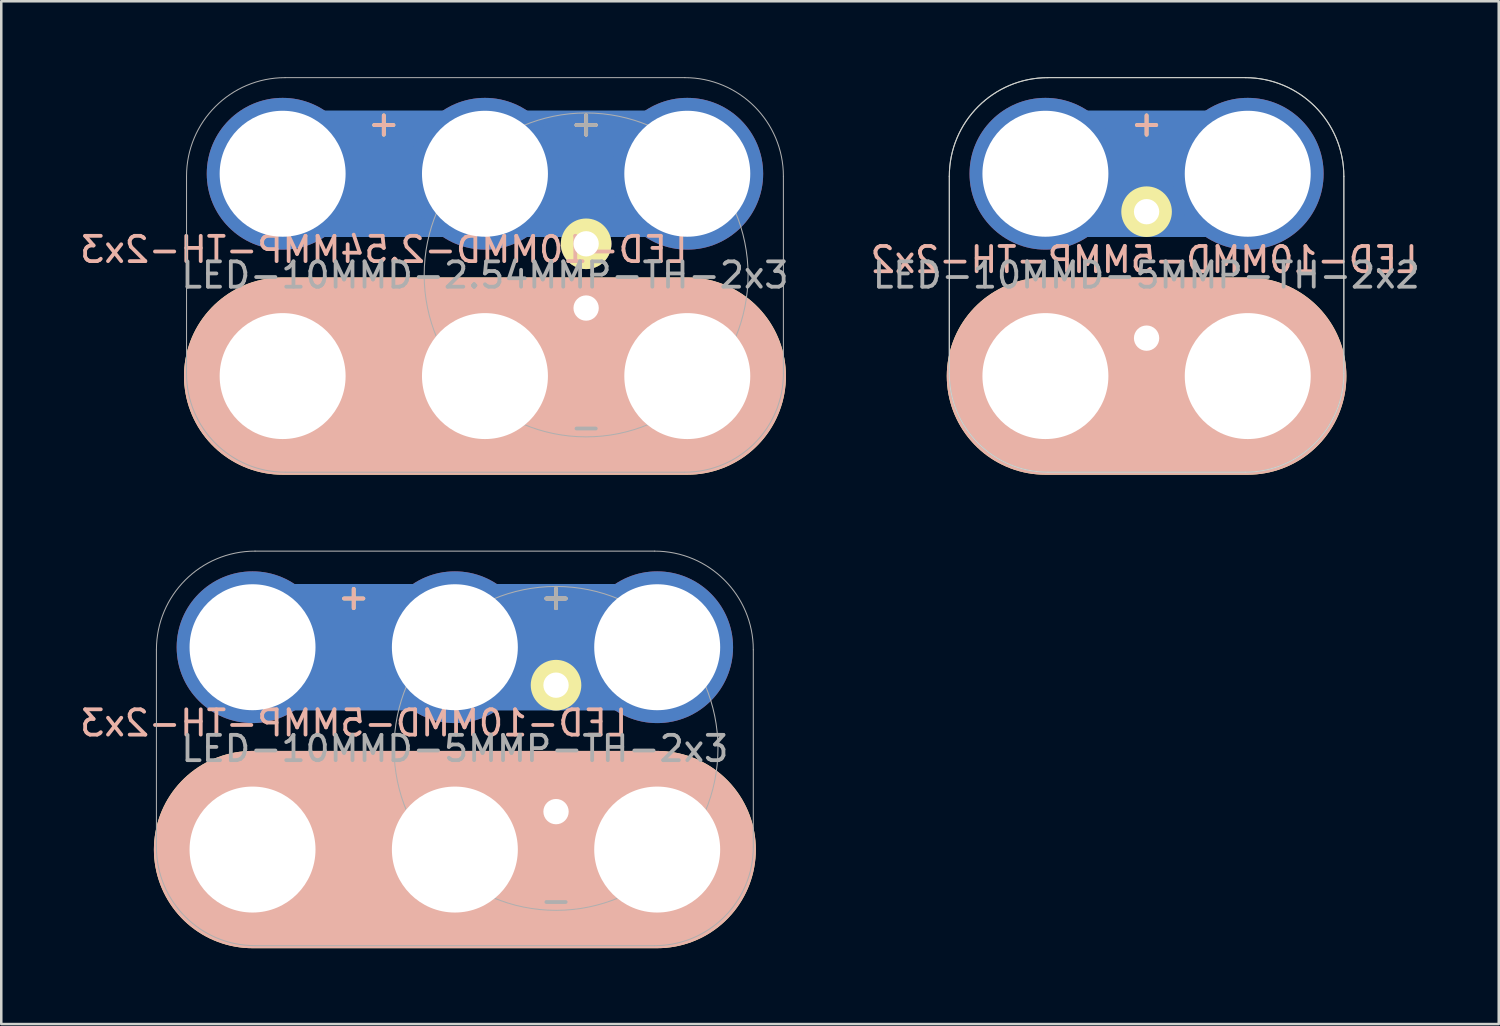
<source format=kicad_pcb>
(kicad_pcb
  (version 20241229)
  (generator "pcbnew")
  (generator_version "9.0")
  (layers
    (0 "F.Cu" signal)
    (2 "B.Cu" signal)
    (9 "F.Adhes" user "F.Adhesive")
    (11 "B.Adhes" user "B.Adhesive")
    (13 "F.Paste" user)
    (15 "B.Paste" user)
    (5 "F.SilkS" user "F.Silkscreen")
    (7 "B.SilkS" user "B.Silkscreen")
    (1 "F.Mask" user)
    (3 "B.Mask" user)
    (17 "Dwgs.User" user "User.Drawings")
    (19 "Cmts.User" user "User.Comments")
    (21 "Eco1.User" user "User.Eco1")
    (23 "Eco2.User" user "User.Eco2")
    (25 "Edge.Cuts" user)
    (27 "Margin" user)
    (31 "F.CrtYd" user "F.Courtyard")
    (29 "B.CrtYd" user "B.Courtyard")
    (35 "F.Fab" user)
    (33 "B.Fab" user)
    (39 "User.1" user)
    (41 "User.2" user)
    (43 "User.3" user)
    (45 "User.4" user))
  (footprint "LED-10MMD-2.54MMP-TH-2x3"
    (layer "F.Cu")
    (at 16.125 11.82)
    (property "Reference" "LED-10MMD-2.54MMP-TH-2x3" (at -4 -5 180) (layer "B.SilkS") (effects (font (size 1 1) (thickness 0.15)) (justify mirror)))
    (attr through_hole)
    (fp_line (start 8 -8) (end -8 -8) (stroke (width 5) (type solid)) (layer "B.Cu"))
    (fp_line (start 8 0) (end -8 0) (stroke (width 5) (type solid)) (layer "B.Cu"))
    (fp_line (start 8 -8) (end -8 -8) (stroke (width 5) (type solid)) (layer "B.Mask"))
    (fp_line (start 8 0) (end -8 0) (stroke (width 5) (type solid)) (layer "B.Mask"))
    (fp_line (start -8 0) (end 8 0) (stroke (width 7.8) (type solid)) (layer "F.SilkS"))
    (fp_line (start -8 0) (end 8 0) (stroke (width 7.8) (type solid)) (layer "B.SilkS"))
    (fp_line (start -11.8 -0.1) (end -11.8 -7.9) (stroke (width 0.041) (type solid)) (layer "F.Fab"))
    (fp_line (start 7.9 -11.8) (end -7.9 -11.8) (stroke (width 0.041) (type solid)) (layer "F.Fab"))
    (fp_line (start 7.9 3.8) (end -7.9 3.8) (stroke (width 0.041) (type solid)) (layer "F.Fab"))
    (fp_line (start 11.8 -0.1) (end 11.8 -7.9) (stroke (width 0.041) (type solid)) (layer "F.Fab"))
    (fp_arc (start -11.8 -7.9) (mid -10.657716 -10.657716) (end -7.9 -11.8) (stroke (width 0.04064) (type solid)) (layer "F.Fab"))
    (fp_arc (start -7.9 3.8) (mid -10.657716 2.657716) (end -11.8 -0.1) (stroke (width 0.04064) (type solid)) (layer "F.Fab"))
    (fp_arc (start 7.9 -11.8) (mid 10.657716 -10.657716) (end 11.8 -7.9) (stroke (width 0.04064) (type solid)) (layer "F.Fab"))
    (fp_arc (start 11.8 -0.1) (mid 10.657716 2.657716) (end 7.9 3.8) (stroke (width 0.04064) (type solid)) (layer "F.Fab"))
    (fp_circle (center 4 -4) (end 8 1) (stroke (width 0.041) (type solid)) (fill no) (layer "F.Fab"))
    (fp_text user "-" (at 4 3 0) (layer "F.SilkS") (effects (font (size 1 1) (thickness 0.15))))
    (fp_text user "+" (at -4 -10 0) (layer "F.SilkS") (effects (font (size 1 1) (thickness 0.15))))
    (fp_text user "+" (at 4 -10 0) (layer "F.SilkS") (effects (font (size 1 1) (thickness 0.15))))
    (fp_text user "+" (at -4 -10 0) (layer "B.SilkS") (effects (font (size 1 1) (thickness 0.15)) (justify mirror)))
    (fp_text user "+" (at 4 -10 0) (layer "B.SilkS") (effects (font (size 1 1) (thickness 0.15)) (justify mirror)))
    (fp_text user "${REFERENCE}" (at 0 -3.99 0) (layer "F.Fab") (effects (font (size 1 1) (thickness 0.15))))
    (fp_text user "+" (at 4 -10 0) (layer "F.Fab") (effects (font (size 1 1) (thickness 0.15))))
    (fp_text user "-" (at 4 2 0) (layer "F.Fab") (effects (font (size 1 1) (thickness 0.15))))
    (pad "+" thru_hole circle (at -8 -8) (size 6 6) (drill 4.98) (layers "*.Cu" "*.Mask"))
    (pad "+" thru_hole circle (at 0 -8) (size 6 6) (drill 4.98) (layers "*.Cu" "*.Mask"))
    (pad "+" thru_hole circle (at 4 -5.23) (size 2 2) (drill 1.001) (layers "*.Cu" "*.Mask" "F.SilkS"))
    (pad "+" thru_hole circle (at 8 -8) (size 6 6) (drill 4.98) (layers "*.Cu" "*.Mask"))
    (pad "-" thru_hole circle (at -8 0) (size 6 6) (drill 4.98) (layers "*.Cu" "*.Mask"))
    (pad "-" thru_hole circle (at 0 0) (size 6 6) (drill 4.98) (layers "*.Cu" "*.Mask"))
    (pad "-" thru_hole circle (at 4 -2.69 270) (size 1.9 1.9) (drill 1.001) (layers "*.Cu" "*.Mask" "F.SilkS"))
    (pad "-" thru_hole circle (at 8 0) (size 6 6) (drill 4.98) (layers "*.Cu" "*.Mask")))
  (footprint "LED-10MMD-5MMP-TH-2x3"
    (layer "F.Cu")
    (at 14.935 30.541)
    (property "Reference" "LED-10MMD-5MMP-TH-2x3" (at -4 -5 180) (layer "B.SilkS") (effects (font (size 1 1) (thickness 0.15)) (justify mirror)))
    (attr through_hole)
    (fp_line (start 8 -8) (end -8 -8) (stroke (width 5) (type solid)) (layer "B.Cu"))
    (fp_line (start 8 0) (end -8 0) (stroke (width 5) (type solid)) (layer "B.Cu"))
    (fp_line (start 8 -8) (end -8 -8) (stroke (width 5) (type solid)) (layer "B.Mask"))
    (fp_line (start 8 0) (end -8 0) (stroke (width 5) (type solid)) (layer "B.Mask"))
    (fp_line (start -8 0) (end 8 0) (stroke (width 7.8) (type solid)) (layer "F.SilkS"))
    (fp_line (start -8 0) (end 8 0) (stroke (width 7.8) (type solid)) (layer "B.SilkS"))
    (fp_line (start -11.8 -0.1) (end -11.8 -7.9) (stroke (width 0.041) (type solid)) (layer "F.Fab"))
    (fp_line (start 7.9 -11.8) (end -7.9 -11.8) (stroke (width 0.041) (type solid)) (layer "F.Fab"))
    (fp_line (start 7.9 3.8) (end -7.9 3.8) (stroke (width 0.041) (type solid)) (layer "F.Fab"))
    (fp_line (start 11.8 -0.1) (end 11.8 -7.9) (stroke (width 0.041) (type solid)) (layer "F.Fab"))
    (fp_arc (start -11.8 -7.9) (mid -10.657716 -10.657716) (end -7.9 -11.8) (stroke (width 0.04064) (type solid)) (layer "F.Fab"))
    (fp_arc (start -7.9 3.8) (mid -10.657716 2.657716) (end -11.8 -0.1) (stroke (width 0.04064) (type solid)) (layer "F.Fab"))
    (fp_arc (start 7.9 -11.8) (mid 10.657716 -10.657716) (end 11.8 -7.9) (stroke (width 0.04064) (type solid)) (layer "F.Fab"))
    (fp_arc (start 11.8 -0.1) (mid 10.657716 2.657716) (end 7.9 3.8) (stroke (width 0.04064) (type solid)) (layer "F.Fab"))
    (fp_circle (center 4 -4) (end 8 1) (stroke (width 0.041) (type solid)) (fill no) (layer "F.Fab"))
    (fp_text user "-" (at 4 3 0) (layer "F.SilkS") (effects (font (size 1 1) (thickness 0.15))))
    (fp_text user "+" (at 4 -10 0) (layer "F.SilkS") (effects (font (size 1 1) (thickness 0.15))))
    (fp_text user "+" (at -4 -10 0) (layer "F.SilkS") (effects (font (size 1 1) (thickness 0.15))))
    (fp_text user "+" (at -4 -10 0) (layer "B.SilkS") (effects (font (size 1 1) (thickness 0.15)) (justify mirror)))
    (fp_text user "+" (at 4 -10 0) (layer "B.SilkS") (effects (font (size 1 1) (thickness 0.15)) (justify mirror)))
    (fp_text user "+" (at 4 -10 0) (layer "F.Fab") (effects (font (size 1 1) (thickness 0.15))))
    (fp_text user "${REFERENCE}" (at 0 -3.99 0) (layer "F.Fab") (effects (font (size 1 1) (thickness 0.15))))
    (fp_text user "-" (at 4 2 0) (layer "F.Fab") (effects (font (size 1 1) (thickness 0.15))))
    (pad "+" thru_hole circle (at -8 -8) (size 6 6) (drill 4.98) (layers "*.Cu" "*.Mask"))
    (pad "+" thru_hole circle (at 0 -8) (size 6 6) (drill 4.98) (layers "*.Cu" "*.Mask"))
    (pad "+" thru_hole circle (at 4 -6.5) (size 2 2) (drill 1.001) (layers "*.Cu" "*.Mask" "F.SilkS"))
    (pad "+" thru_hole circle (at 8 -8) (size 6 6) (drill 4.98) (layers "*.Cu" "*.Mask"))
    (pad "-" thru_hole circle (at -8 0) (size 6 6) (drill 4.98) (layers "*.Cu" "*.Mask"))
    (pad "-" thru_hole circle (at 0 0) (size 6 6) (drill 4.98) (layers "*.Cu" "*.Mask"))
    (pad "-" thru_hole circle (at 4 -1.5 270) (size 1.9 1.9) (drill 1.001) (layers "*.Cu" "*.Mask" "F.SilkS"))
    (pad "-" thru_hole circle (at 8 0) (size 6 6) (drill 4.98) (layers "*.Cu" "*.Mask")))
  (footprint "LED-10MMD-5MMP-TH-2x2"
    (layer "F.Cu")
    (at 38.285 11.82)
    (property "Reference" "LED-10MMD-5MMP-TH-2x2" (at 3.9 -4.6 0) (layer "B.SilkS") (effects (font (size 1 1) (thickness 0.15)) (justify mirror)))
    (attr through_hole)
    (fp_line (start 8 -8) (end 0 -8) (stroke (width 5) (type solid)) (layer "B.Cu"))
    (fp_line (start 8 0) (end 0 0) (stroke (width 5) (type solid)) (layer "B.Cu"))
    (fp_line (start 8 -8) (end 0 -8) (stroke (width 5) (type solid)) (layer "B.Mask"))
    (fp_line (start 8 0) (end 0 0) (stroke (width 5) (type solid)) (layer "B.Mask"))
    (fp_line (start 0 0) (end 8 0) (stroke (width 7.8) (type solid)) (layer "F.SilkS"))
    (fp_line (start 0 0) (end 8 0) (stroke (width 7.8) (type solid)) (layer "B.SilkS"))
    (fp_line (start -3.8 -0.1) (end -3.8 -7.9) (stroke (width 0.041) (type solid)) (layer "Edge.Cuts"))
    (fp_line (start 7.9 -11.8) (end 0.1 -11.8) (stroke (width 0.041) (type solid)) (layer "Edge.Cuts"))
    (fp_line (start 7.9 3.8) (end 0.1 3.8) (stroke (width 0.041) (type solid)) (layer "Edge.Cuts"))
    (fp_line (start 11.8 -0.1) (end 11.8 -7.9) (stroke (width 0.041) (type solid)) (layer "Edge.Cuts"))
    (fp_arc (start -3.8 -7.9) (mid -2.657716 -10.657716) (end 0.1 -11.8) (stroke (width 0.04064) (type solid)) (layer "Edge.Cuts"))
    (fp_arc (start 0.1 3.8) (mid -2.657716 2.657716) (end -3.8 -0.1) (stroke (width 0.04064) (type solid)) (layer "Edge.Cuts"))
    (fp_arc (start 7.9 -11.8) (mid 10.657716 -10.657716) (end 11.8 -7.9) (stroke (width 0.04064) (type solid)) (layer "Edge.Cuts"))
    (fp_arc (start 11.8 -0.1) (mid 10.657716 2.657716) (end 7.9 3.8) (stroke (width 0.04064) (type solid)) (layer "Edge.Cuts"))
    (fp_line (start -3.8 -0.1) (end -3.8 -7.9) (stroke (width 0.041) (type solid)) (layer "F.Fab"))
    (fp_line (start 7.9 -11.8) (end 0.1 -11.8) (stroke (width 0.041) (type solid)) (layer "F.Fab"))
    (fp_line (start 7.9 3.8) (end 0.1 3.8) (stroke (width 0.041) (type solid)) (layer "F.Fab"))
    (fp_line (start 11.8 -0.1) (end 11.8 -7.9) (stroke (width 0.041) (type solid)) (layer "F.Fab"))
    (fp_arc (start -3.8 -7.9) (mid -2.657716 -10.657716) (end 0.1 -11.8) (stroke (width 0.04064) (type solid)) (layer "F.Fab"))
    (fp_arc (start 0.1 3.8) (mid -2.657716 2.657716) (end -3.8 -0.1) (stroke (width 0.04064) (type solid)) (layer "F.Fab"))
    (fp_arc (start 7.9 -11.8) (mid 10.657716 -10.657716) (end 11.8 -7.9) (stroke (width 0.04064) (type solid)) (layer "F.Fab"))
    (fp_arc (start 11.8 -0.1) (mid 10.657716 2.657716) (end 7.9 3.8) (stroke (width 0.04064) (type solid)) (layer "F.Fab"))
    (fp_text user "+" (at 4 -10 0) (layer "F.SilkS") (effects (font (size 1 1) (thickness 0.15))))
    (fp_text user "-" (at 4 3 0) (layer "F.SilkS") (effects (font (size 1 1) (thickness 0.15))))
    (fp_text user "+" (at 4 -10 0) (layer "B.SilkS") (effects (font (size 1 1) (thickness 0.15)) (justify mirror)))
    (fp_text user "${REFERENCE}" (at 3.99 -3.99 0) (layer "F.Fab") (effects (font (size 1 1) (thickness 0.15))))
    (pad "+" thru_hole circle (at 0 -8) (size 6 6) (drill 4.98) (layers "*.Cu" "*.Mask"))
    (pad "+" thru_hole circle (at 4 -6.5) (size 2 2) (drill 1.001) (layers "*.Cu" "*.Mask" "F.SilkS"))
    (pad "+" thru_hole circle (at 8 -8) (size 6 6) (drill 4.98) (layers "*.Cu" "*.Mask"))
    (pad "-" thru_hole circle (at 0 0) (size 6 6) (drill 4.98) (layers "*.Cu" "*.Mask"))
    (pad "-" thru_hole circle (at 4 -1.5 270) (size 1.9 1.9) (drill 1.001) (layers "*.Cu" "*.Mask" "F.SilkS"))
    (pad "-" thru_hole circle (at 8 0) (size 6 6) (drill 4.98) (layers "*.Cu" "*.Mask")))
  (gr_rect
    (start -3 -3)
    (end 56.209 37.441)
    (stroke (width 0.1) (type default))
    (fill no)
    (layer "Edge.Cuts")))
</source>
